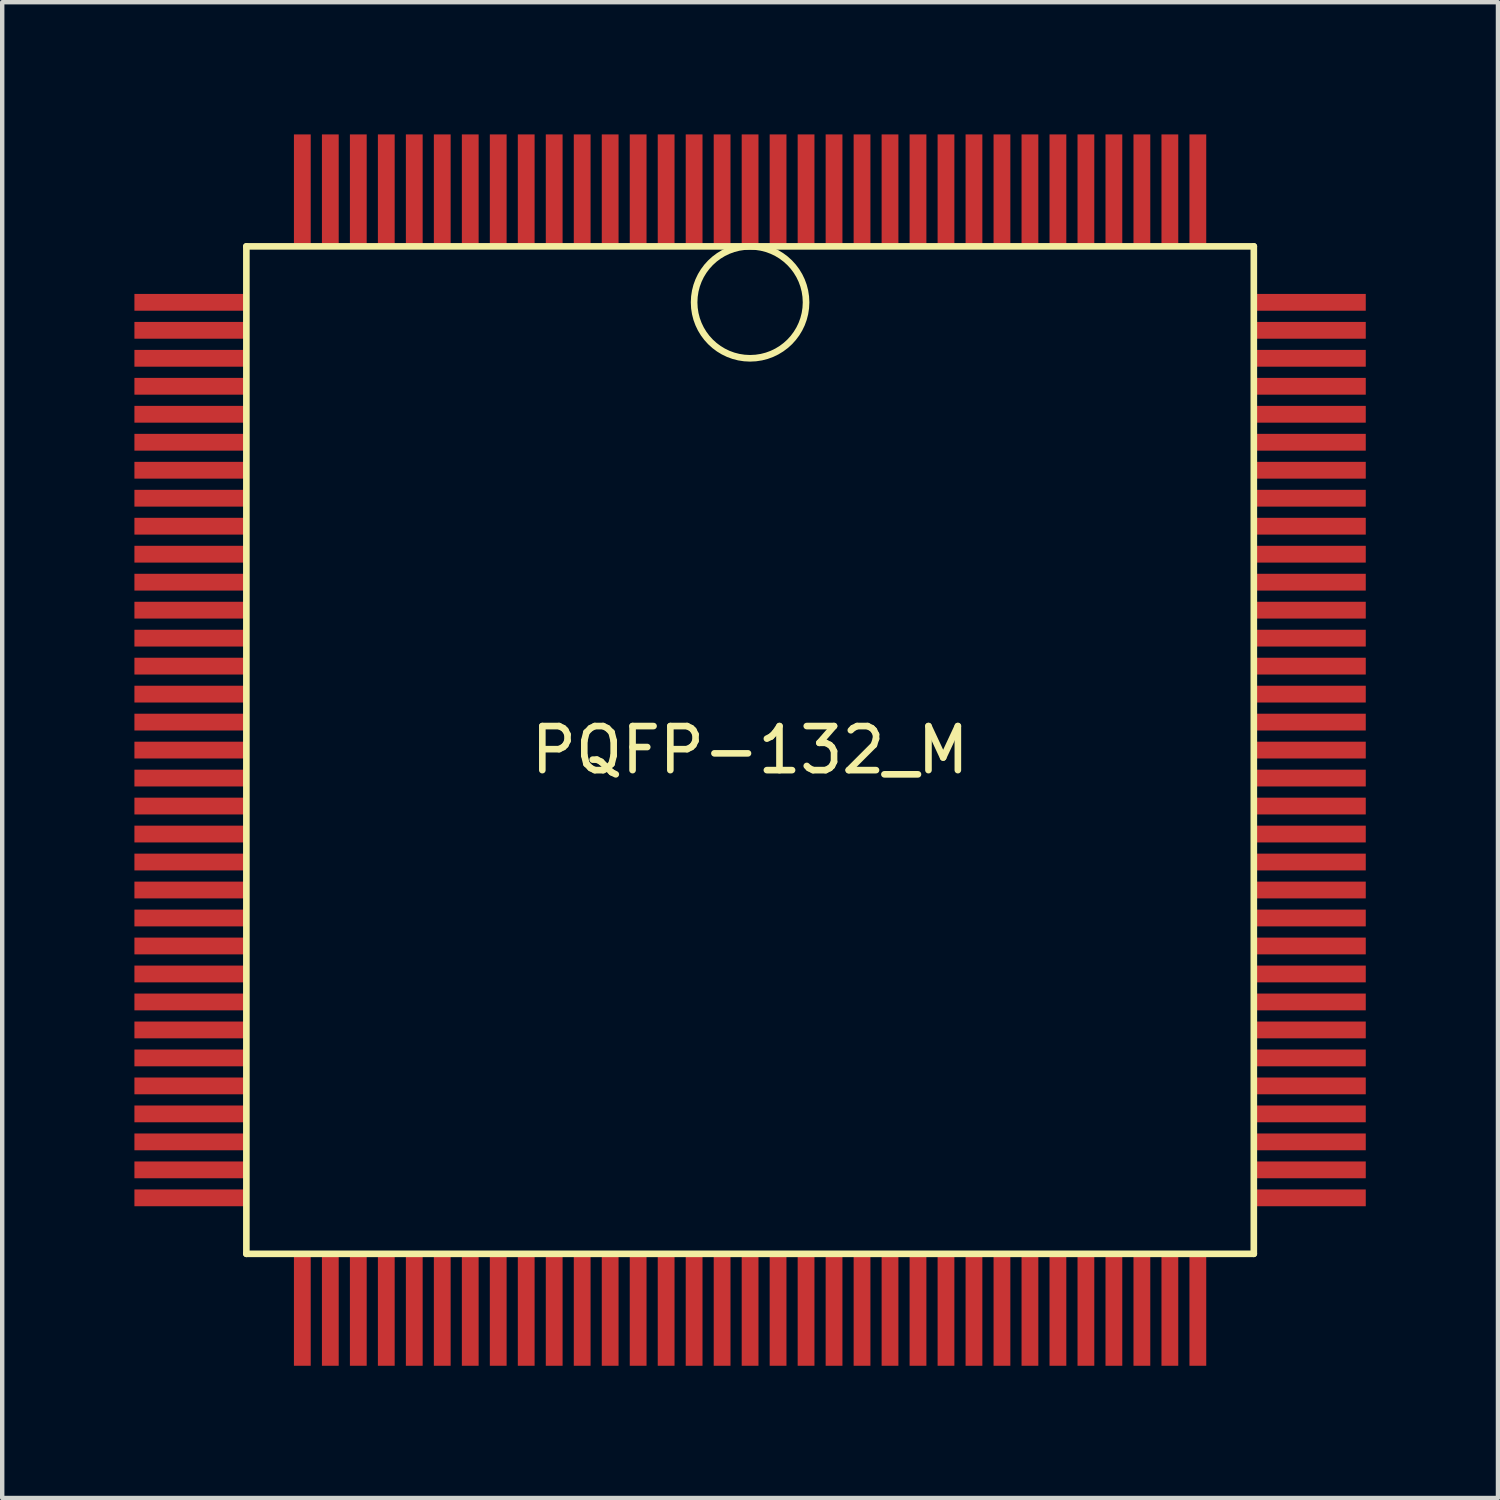
<source format=kicad_pcb>
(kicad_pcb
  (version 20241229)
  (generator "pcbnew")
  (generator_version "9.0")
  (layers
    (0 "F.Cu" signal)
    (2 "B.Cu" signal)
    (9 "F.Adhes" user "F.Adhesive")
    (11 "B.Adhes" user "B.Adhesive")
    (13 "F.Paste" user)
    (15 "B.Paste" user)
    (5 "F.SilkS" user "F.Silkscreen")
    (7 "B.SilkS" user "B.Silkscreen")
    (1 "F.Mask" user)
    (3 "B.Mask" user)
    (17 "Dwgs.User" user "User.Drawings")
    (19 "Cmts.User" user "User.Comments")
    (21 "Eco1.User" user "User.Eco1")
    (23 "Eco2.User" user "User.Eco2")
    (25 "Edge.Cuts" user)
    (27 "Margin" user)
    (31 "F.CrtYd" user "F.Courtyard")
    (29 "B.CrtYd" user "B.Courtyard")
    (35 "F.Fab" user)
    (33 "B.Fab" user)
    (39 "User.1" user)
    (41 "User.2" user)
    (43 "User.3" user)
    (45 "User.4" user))
  (footprint "PQFP-132_M"
    (layer "F.Cu")
    (at 13.97 13.97)
    (property "Reference" "PQFP-132_M" (at 0 0 0) (layer "F.SilkS") (effects (font (size 1 1) (thickness 0.15))))
    (attr smd)
    (fp_line (start -11.43 -11.43) (end 11.43 -11.43) (stroke (width 0.15) (type solid)) (layer "F.SilkS"))
    (fp_line (start -11.43 11.43) (end -11.43 -11.43) (stroke (width 0.15) (type solid)) (layer "F.SilkS"))
    (fp_line (start 11.43 -11.43) (end 11.43 11.43) (stroke (width 0.15) (type solid)) (layer "F.SilkS"))
    (fp_line (start 11.43 11.43) (end -11.43 11.43) (stroke (width 0.15) (type solid)) (layer "F.SilkS"))
    (fp_circle (center 0 -10.16) (end 0 -11.43) (stroke (width 0.15) (type solid)) (fill no) (layer "F.SilkS"))
    (pad "1" smd rect (at 0 -12.7) (size 0.381 2.54) (layers "F.Cu" "F.Mask" "F.Paste"))
    (pad "2" smd rect (at -0.635 -12.7) (size 0.381 2.54) (layers "F.Cu" "F.Mask" "F.Paste"))
    (pad "3" smd rect (at -1.27 -12.7) (size 0.381 2.54) (layers "F.Cu" "F.Mask" "F.Paste"))
    (pad "4" smd rect (at -1.905 -12.7) (size 0.381 2.54) (layers "F.Cu" "F.Mask" "F.Paste"))
    (pad "5" smd rect (at -2.54 -12.7) (size 0.381 2.54) (layers "F.Cu" "F.Mask" "F.Paste"))
    (pad "6" smd rect (at -3.175 -12.7) (size 0.381 2.54) (layers "F.Cu" "F.Mask" "F.Paste"))
    (pad "7" smd rect (at -3.81 -12.7) (size 0.381 2.54) (layers "F.Cu" "F.Mask" "F.Paste"))
    (pad "8" smd rect (at -4.445 -12.7) (size 0.381 2.54) (layers "F.Cu" "F.Mask" "F.Paste"))
    (pad "9" smd rect (at -5.08 -12.7) (size 0.381 2.54) (layers "F.Cu" "F.Mask" "F.Paste"))
    (pad "10" smd rect (at -5.715 -12.7) (size 0.381 2.54) (layers "F.Cu" "F.Mask" "F.Paste"))
    (pad "11" smd rect (at -6.35 -12.7) (size 0.381 2.54) (layers "F.Cu" "F.Mask" "F.Paste"))
    (pad "12" smd rect (at -6.985 -12.7) (size 0.381 2.54) (layers "F.Cu" "F.Mask" "F.Paste"))
    (pad "13" smd rect (at -7.62 -12.7) (size 0.381 2.54) (layers "F.Cu" "F.Mask" "F.Paste"))
    (pad "14" smd rect (at -8.255 -12.7) (size 0.381 2.54) (layers "F.Cu" "F.Mask" "F.Paste"))
    (pad "15" smd rect (at -8.89 -12.7) (size 0.381 2.54) (layers "F.Cu" "F.Mask" "F.Paste"))
    (pad "16" smd rect (at -9.525 -12.7) (size 0.381 2.54) (layers "F.Cu" "F.Mask" "F.Paste"))
    (pad "17" smd rect (at -10.16 -12.7) (size 0.381 2.54) (layers "F.Cu" "F.Mask" "F.Paste"))
    (pad "18" smd rect (at -12.7 -10.16) (size 2.54 0.381) (layers "F.Cu" "F.Mask" "F.Paste"))
    (pad "19" smd rect (at -12.7 -9.525) (size 2.54 0.381) (layers "F.Cu" "F.Mask" "F.Paste"))
    (pad "20" smd rect (at -12.7 -8.89) (size 2.54 0.381) (layers "F.Cu" "F.Mask" "F.Paste"))
    (pad "21" smd rect (at -12.7 -8.255) (size 2.54 0.381) (layers "F.Cu" "F.Mask" "F.Paste"))
    (pad "22" smd rect (at -12.7 -7.62) (size 2.54 0.381) (layers "F.Cu" "F.Mask" "F.Paste"))
    (pad "23" smd rect (at -12.7 -6.985) (size 2.54 0.381) (layers "F.Cu" "F.Mask" "F.Paste"))
    (pad "24" smd rect (at -12.7 -6.35) (size 2.54 0.381) (layers "F.Cu" "F.Mask" "F.Paste"))
    (pad "25" smd rect (at -12.7 -5.715) (size 2.54 0.381) (layers "F.Cu" "F.Mask" "F.Paste"))
    (pad "26" smd rect (at -12.7 -5.08) (size 2.54 0.381) (layers "F.Cu" "F.Mask" "F.Paste"))
    (pad "27" smd rect (at -12.7 -4.445) (size 2.54 0.381) (layers "F.Cu" "F.Mask" "F.Paste"))
    (pad "28" smd rect (at -12.7 -3.81) (size 2.54 0.381) (layers "F.Cu" "F.Mask" "F.Paste"))
    (pad "29" smd rect (at -12.7 -3.175) (size 2.54 0.381) (layers "F.Cu" "F.Mask" "F.Paste"))
    (pad "30" smd rect (at -12.7 -2.54) (size 2.54 0.381) (layers "F.Cu" "F.Mask" "F.Paste"))
    (pad "31" smd rect (at -12.7 -1.905) (size 2.54 0.381) (layers "F.Cu" "F.Mask" "F.Paste"))
    (pad "32" smd rect (at -12.7 -1.27) (size 2.54 0.381) (layers "F.Cu" "F.Mask" "F.Paste"))
    (pad "33" smd rect (at -12.7 -0.635) (size 2.54 0.381) (layers "F.Cu" "F.Mask" "F.Paste"))
    (pad "34" smd rect (at -12.7 0) (size 2.54 0.381) (layers "F.Cu" "F.Mask" "F.Paste"))
    (pad "35" smd rect (at -12.7 0.635) (size 2.54 0.381) (layers "F.Cu" "F.Mask" "F.Paste"))
    (pad "36" smd rect (at -12.7 1.27) (size 2.54 0.381) (layers "F.Cu" "F.Mask" "F.Paste"))
    (pad "37" smd rect (at -12.7 1.905) (size 2.54 0.381) (layers "F.Cu" "F.Mask" "F.Paste"))
    (pad "38" smd rect (at -12.7 2.54) (size 2.54 0.381) (layers "F.Cu" "F.Mask" "F.Paste"))
    (pad "39" smd rect (at -12.7 3.175) (size 2.54 0.381) (layers "F.Cu" "F.Mask" "F.Paste"))
    (pad "40" smd rect (at -12.7 3.81) (size 2.54 0.381) (layers "F.Cu" "F.Mask" "F.Paste"))
    (pad "41" smd rect (at -12.7 4.445) (size 2.54 0.381) (layers "F.Cu" "F.Mask" "F.Paste"))
    (pad "42" smd rect (at -12.7 5.08) (size 2.54 0.381) (layers "F.Cu" "F.Mask" "F.Paste"))
    (pad "43" smd rect (at -12.7 5.715) (size 2.54 0.381) (layers "F.Cu" "F.Mask" "F.Paste"))
    (pad "44" smd rect (at -12.7 6.35) (size 2.54 0.381) (layers "F.Cu" "F.Mask" "F.Paste"))
    (pad "45" smd rect (at -12.7 6.985) (size 2.54 0.381) (layers "F.Cu" "F.Mask" "F.Paste"))
    (pad "46" smd rect (at -12.7 7.62) (size 2.54 0.381) (layers "F.Cu" "F.Mask" "F.Paste"))
    (pad "47" smd rect (at -12.7 8.255) (size 2.54 0.381) (layers "F.Cu" "F.Mask" "F.Paste"))
    (pad "48" smd rect (at -12.7 8.89) (size 2.54 0.381) (layers "F.Cu" "F.Mask" "F.Paste"))
    (pad "49" smd rect (at -12.7 9.525) (size 2.54 0.381) (layers "F.Cu" "F.Mask" "F.Paste"))
    (pad "50" smd rect (at -12.7 10.16) (size 2.54 0.381) (layers "F.Cu" "F.Mask" "F.Paste"))
    (pad "51" smd rect (at -10.16 12.7) (size 0.381 2.54) (layers "F.Cu" "F.Mask" "F.Paste"))
    (pad "52" smd rect (at -9.525 12.7) (size 0.381 2.54) (layers "F.Cu" "F.Mask" "F.Paste"))
    (pad "53" smd rect (at -8.89 12.7) (size 0.381 2.54) (layers "F.Cu" "F.Mask" "F.Paste"))
    (pad "54" smd rect (at -8.255 12.7) (size 0.381 2.54) (layers "F.Cu" "F.Mask" "F.Paste"))
    (pad "55" smd rect (at -7.62 12.7) (size 0.381 2.54) (layers "F.Cu" "F.Mask" "F.Paste"))
    (pad "56" smd rect (at -6.985 12.7) (size 0.381 2.54) (layers "F.Cu" "F.Mask" "F.Paste"))
    (pad "57" smd rect (at -6.35 12.7) (size 0.381 2.54) (layers "F.Cu" "F.Mask" "F.Paste"))
    (pad "58" smd rect (at -5.715 12.7) (size 0.381 2.54) (layers "F.Cu" "F.Mask" "F.Paste"))
    (pad "59" smd rect (at -5.08 12.7) (size 0.381 2.54) (layers "F.Cu" "F.Mask" "F.Paste"))
    (pad "60" smd rect (at -4.445 12.7) (size 0.381 2.54) (layers "F.Cu" "F.Mask" "F.Paste"))
    (pad "61" smd rect (at -3.81 12.7) (size 0.381 2.54) (layers "F.Cu" "F.Mask" "F.Paste"))
    (pad "62" smd rect (at -3.175 12.7) (size 0.381 2.54) (layers "F.Cu" "F.Mask" "F.Paste"))
    (pad "63" smd rect (at -2.54 12.7) (size 0.381 2.54) (layers "F.Cu" "F.Mask" "F.Paste"))
    (pad "64" smd rect (at -1.905 12.7) (size 0.381 2.54) (layers "F.Cu" "F.Mask" "F.Paste"))
    (pad "65" smd rect (at -1.27 12.7) (size 0.381 2.54) (layers "F.Cu" "F.Mask" "F.Paste"))
    (pad "66" smd rect (at -0.635 12.7) (size 0.381 2.54) (layers "F.Cu" "F.Mask" "F.Paste"))
    (pad "67" smd rect (at 0 12.7) (size 0.381 2.54) (layers "F.Cu" "F.Mask" "F.Paste"))
    (pad "68" smd rect (at 0.635 12.7) (size 0.381 2.54) (layers "F.Cu" "F.Mask" "F.Paste"))
    (pad "69" smd rect (at 1.27 12.7) (size 0.381 2.54) (layers "F.Cu" "F.Mask" "F.Paste"))
    (pad "70" smd rect (at 1.905 12.7) (size 0.381 2.54) (layers "F.Cu" "F.Mask" "F.Paste"))
    (pad "71" smd rect (at 2.54 12.7) (size 0.381 2.54) (layers "F.Cu" "F.Mask" "F.Paste"))
    (pad "72" smd rect (at 3.175 12.7) (size 0.381 2.54) (layers "F.Cu" "F.Mask" "F.Paste"))
    (pad "73" smd rect (at 3.81 12.7) (size 0.381 2.54) (layers "F.Cu" "F.Mask" "F.Paste"))
    (pad "74" smd rect (at 4.445 12.7) (size 0.381 2.54) (layers "F.Cu" "F.Mask" "F.Paste"))
    (pad "75" smd rect (at 5.08 12.7) (size 0.381 2.54) (layers "F.Cu" "F.Mask" "F.Paste"))
    (pad "76" smd rect (at 5.715 12.7) (size 0.381 2.54) (layers "F.Cu" "F.Mask" "F.Paste"))
    (pad "77" smd rect (at 6.35 12.7) (size 0.381 2.54) (layers "F.Cu" "F.Mask" "F.Paste"))
    (pad "78" smd rect (at 6.985 12.7) (size 0.381 2.54) (layers "F.Cu" "F.Mask" "F.Paste"))
    (pad "79" smd rect (at 7.62 12.7) (size 0.381 2.54) (layers "F.Cu" "F.Mask" "F.Paste"))
    (pad "80" smd rect (at 8.255 12.7) (size 0.381 2.54) (layers "F.Cu" "F.Mask" "F.Paste"))
    (pad "81" smd rect (at 8.89 12.7) (size 0.381 2.54) (layers "F.Cu" "F.Mask" "F.Paste"))
    (pad "82" smd rect (at 9.525 12.7) (size 0.381 2.54) (layers "F.Cu" "F.Mask" "F.Paste"))
    (pad "83" smd rect (at 10.16 12.7) (size 0.381 2.54) (layers "F.Cu" "F.Mask" "F.Paste"))
    (pad "84" smd rect (at 12.7 10.16) (size 2.54 0.381) (layers "F.Cu" "F.Mask" "F.Paste"))
    (pad "85" smd rect (at 12.7 9.525) (size 2.54 0.381) (layers "F.Cu" "F.Mask" "F.Paste"))
    (pad "86" smd rect (at 12.7 8.89) (size 2.54 0.381) (layers "F.Cu" "F.Mask" "F.Paste"))
    (pad "87" smd rect (at 12.7 8.255) (size 2.54 0.381) (layers "F.Cu" "F.Mask" "F.Paste"))
    (pad "88" smd rect (at 12.7 7.62) (size 2.54 0.381) (layers "F.Cu" "F.Mask" "F.Paste"))
    (pad "89" smd rect (at 12.7 6.985) (size 2.54 0.381) (layers "F.Cu" "F.Mask" "F.Paste"))
    (pad "90" smd rect (at 12.7 6.35) (size 2.54 0.381) (layers "F.Cu" "F.Mask" "F.Paste"))
    (pad "91" smd rect (at 12.7 5.715) (size 2.54 0.381) (layers "F.Cu" "F.Mask" "F.Paste"))
    (pad "92" smd rect (at 12.7 5.08) (size 2.54 0.381) (layers "F.Cu" "F.Mask" "F.Paste"))
    (pad "93" smd rect (at 12.7 4.445) (size 2.54 0.381) (layers "F.Cu" "F.Mask" "F.Paste"))
    (pad "94" smd rect (at 12.7 3.81) (size 2.54 0.381) (layers "F.Cu" "F.Mask" "F.Paste"))
    (pad "95" smd rect (at 12.7 3.175) (size 2.54 0.381) (layers "F.Cu" "F.Mask" "F.Paste"))
    (pad "96" smd rect (at 12.7 2.54) (size 2.54 0.381) (layers "F.Cu" "F.Mask" "F.Paste"))
    (pad "97" smd rect (at 12.7 1.905) (size 2.54 0.381) (layers "F.Cu" "F.Mask" "F.Paste"))
    (pad "98" smd rect (at 12.7 1.27) (size 2.54 0.381) (layers "F.Cu" "F.Mask" "F.Paste"))
    (pad "99" smd rect (at 12.7 0.635) (size 2.54 0.381) (layers "F.Cu" "F.Mask" "F.Paste"))
    (pad "100" smd rect (at 12.7 0) (size 2.54 0.381) (layers "F.Cu" "F.Mask" "F.Paste"))
    (pad "101" smd rect (at 12.7 -0.635) (size 2.54 0.381) (layers "F.Cu" "F.Mask" "F.Paste"))
    (pad "102" smd rect (at 12.7 -1.27) (size 2.54 0.381) (layers "F.Cu" "F.Mask" "F.Paste"))
    (pad "103" smd rect (at 12.7 -1.905) (size 2.54 0.381) (layers "F.Cu" "F.Mask" "F.Paste"))
    (pad "104" smd rect (at 12.7 -2.54) (size 2.54 0.381) (layers "F.Cu" "F.Mask" "F.Paste"))
    (pad "105" smd rect (at 12.7 -3.175) (size 2.54 0.381) (layers "F.Cu" "F.Mask" "F.Paste"))
    (pad "106" smd rect (at 12.7 -3.81) (size 2.54 0.381) (layers "F.Cu" "F.Mask" "F.Paste"))
    (pad "107" smd rect (at 12.7 -4.445) (size 2.54 0.381) (layers "F.Cu" "F.Mask" "F.Paste"))
    (pad "108" smd rect (at 12.7 -5.08) (size 2.54 0.381) (layers "F.Cu" "F.Mask" "F.Paste"))
    (pad "109" smd rect (at 12.7 -5.715) (size 2.54 0.381) (layers "F.Cu" "F.Mask" "F.Paste"))
    (pad "110" smd rect (at 12.7 -6.35) (size 2.54 0.381) (layers "F.Cu" "F.Mask" "F.Paste"))
    (pad "111" smd rect (at 12.7 -6.985) (size 2.54 0.381) (layers "F.Cu" "F.Mask" "F.Paste"))
    (pad "112" smd rect (at 12.7 -7.62) (size 2.54 0.381) (layers "F.Cu" "F.Mask" "F.Paste"))
    (pad "113" smd rect (at 12.7 -8.255) (size 2.54 0.381) (layers "F.Cu" "F.Mask" "F.Paste"))
    (pad "114" smd rect (at 12.7 -8.89) (size 2.54 0.381) (layers "F.Cu" "F.Mask" "F.Paste"))
    (pad "115" smd rect (at 12.7 -9.525) (size 2.54 0.381) (layers "F.Cu" "F.Mask" "F.Paste"))
    (pad "116" smd rect (at 12.7 -10.16) (size 2.54 0.381) (layers "F.Cu" "F.Mask" "F.Paste"))
    (pad "117" smd rect (at 10.16 -12.7) (size 0.381 2.54) (layers "F.Cu" "F.Mask" "F.Paste"))
    (pad "118" smd rect (at 9.525 -12.7) (size 0.381 2.54) (layers "F.Cu" "F.Mask" "F.Paste"))
    (pad "119" smd rect (at 8.89 -12.7) (size 0.381 2.54) (layers "F.Cu" "F.Mask" "F.Paste"))
    (pad "120" smd rect (at 8.255 -12.7) (size 0.381 2.54) (layers "F.Cu" "F.Mask" "F.Paste"))
    (pad "121" smd rect (at 7.62 -12.7) (size 0.381 2.54) (layers "F.Cu" "F.Mask" "F.Paste"))
    (pad "122" smd rect (at 6.985 -12.7) (size 0.381 2.54) (layers "F.Cu" "F.Mask" "F.Paste"))
    (pad "123" smd rect (at 6.35 -12.7) (size 0.381 2.54) (layers "F.Cu" "F.Mask" "F.Paste"))
    (pad "124" smd rect (at 5.715 -12.7) (size 0.381 2.54) (layers "F.Cu" "F.Mask" "F.Paste"))
    (pad "125" smd rect (at 5.08 -12.7) (size 0.381 2.54) (layers "F.Cu" "F.Mask" "F.Paste"))
    (pad "126" smd rect (at 4.445 -12.7) (size 0.381 2.54) (layers "F.Cu" "F.Mask" "F.Paste"))
    (pad "127" smd rect (at 3.81 -12.7) (size 0.381 2.54) (layers "F.Cu" "F.Mask" "F.Paste"))
    (pad "128" smd rect (at 3.175 -12.7) (size 0.381 2.54) (layers "F.Cu" "F.Mask" "F.Paste"))
    (pad "129" smd rect (at 2.54 -12.7) (size 0.381 2.54) (layers "F.Cu" "F.Mask" "F.Paste"))
    (pad "130" smd rect (at 1.905 -12.7) (size 0.381 2.54) (layers "F.Cu" "F.Mask" "F.Paste"))
    (pad "131" smd rect (at 1.27 -12.7) (size 0.381 2.54) (layers "F.Cu" "F.Mask" "F.Paste"))
    (pad "132" smd rect (at 0.635 -12.7) (size 0.381 2.54) (layers "F.Cu" "F.Mask" "F.Paste")))
  (gr_rect
    (start -3 -3)
    (end 30.94 30.94)
    (stroke (width 0.1) (type default))
    (fill no)
    (layer "Edge.Cuts")))
</source>
